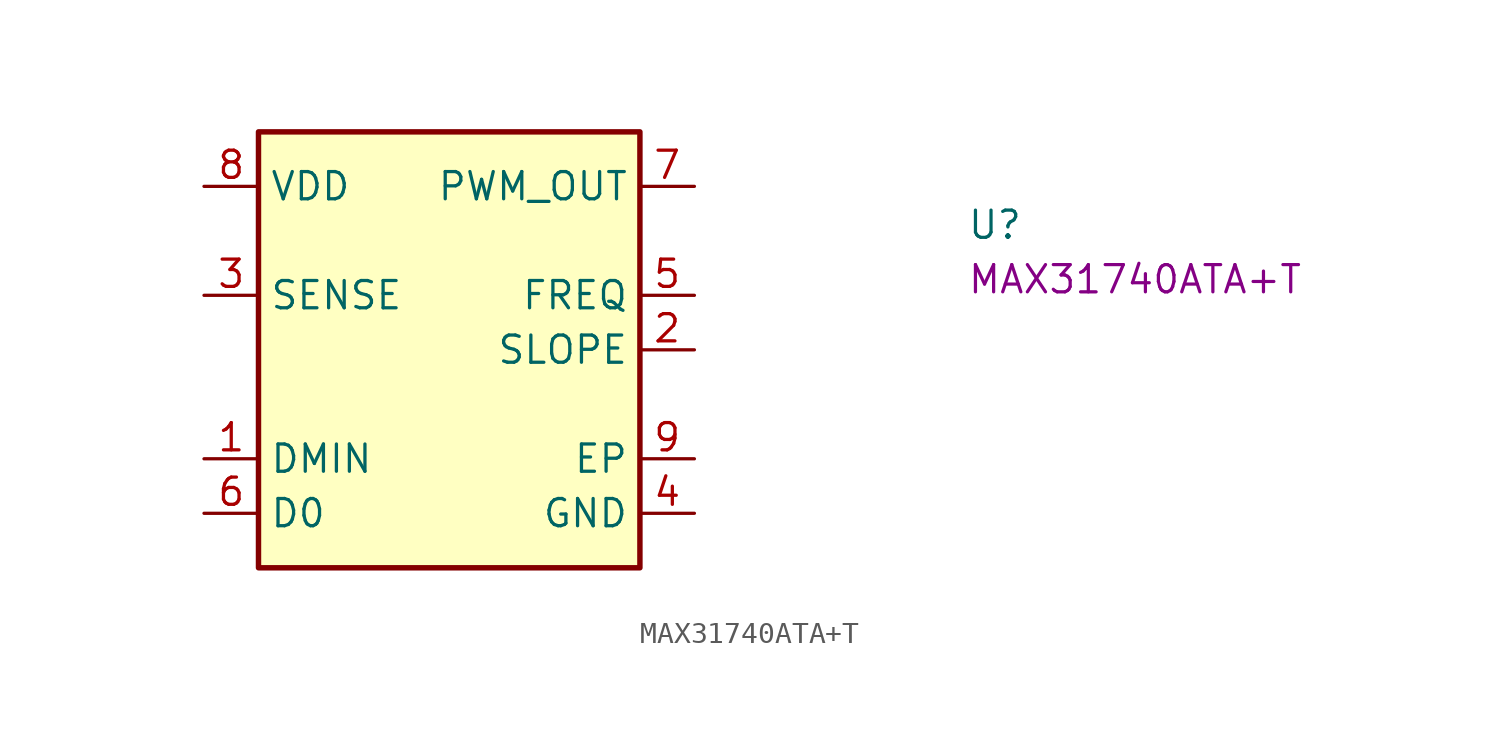
<source format=kicad_sym>
(kicad_symbol_lib
  (version 20220914)
  (generator kicad_symbol_editor)
  (symbol "MAX31740ATA+T"
    (property "Reference" "U"
      (at 35.56 -2.54 0)
      (effects (font (size 1.27 1.27) (thickness 0.15)) (justify left bottom)))
    (property "MPN" "MAX31740ATA+T"
      (at 35.56 -5.08 0)
      (effects (font (size 1.27 1.27) (thickness 0.15)) (justify left bottom)))
    (symbol "MAX31740ATA+T_1_1"
      (rectangle (start 2.54 2.54) (end 20.32 -17.78) (stroke (width 0.254) (type default)) (fill (type background)))
      (pin passive line (at 0 -12.7 0) (length 2.54) (name "DMIN" (effects (font (size 1.27 1.27)))) (number "1" (effects (font (size 1.27 1.27)))))
      (pin passive line (at 22.86 -7.62 180) (length 2.54) (name "SLOPE" (effects (font (size 1.27 1.27)))) (number "2" (effects (font (size 1.27 1.27)))))
      (pin passive line (at 0 -5.08 0) (length 2.54) (name "SENSE" (effects (font (size 1.27 1.27)))) (number "3" (effects (font (size 1.27 1.27)))))
      (pin power_in line (at 22.86 -15.24 180) (length 2.54) (name "GND" (effects (font (size 1.27 1.27)))) (number "4" (effects (font (size 1.27 1.27)))))
      (pin passive line (at 22.86 -5.08 180) (length 2.54) (name "FREQ" (effects (font (size 1.27 1.27)))) (number "5" (effects (font (size 1.27 1.27)))))
      (pin passive line (at 0 -15.24 0) (length 2.54) (name "D0" (effects (font (size 1.27 1.27)))) (number "6" (effects (font (size 1.27 1.27)))))
      (pin output line (at 22.86 0 180) (length 2.54) (name "PWM_OUT" (effects (font (size 1.27 1.27)))) (number "7" (effects (font (size 1.27 1.27)))))
      (pin power_in line (at 0 0 0) (length 2.54) (name "VDD" (effects (font (size 1.27 1.27)))) (number "8" (effects (font (size 1.27 1.27)))))
      (pin power_in line (at 22.86 -12.7 180) (length 2.54) (name "EP" (effects (font (size 1.27 1.27)))) (number "9" (effects (font (size 1.27 1.27))))))))
</source>
